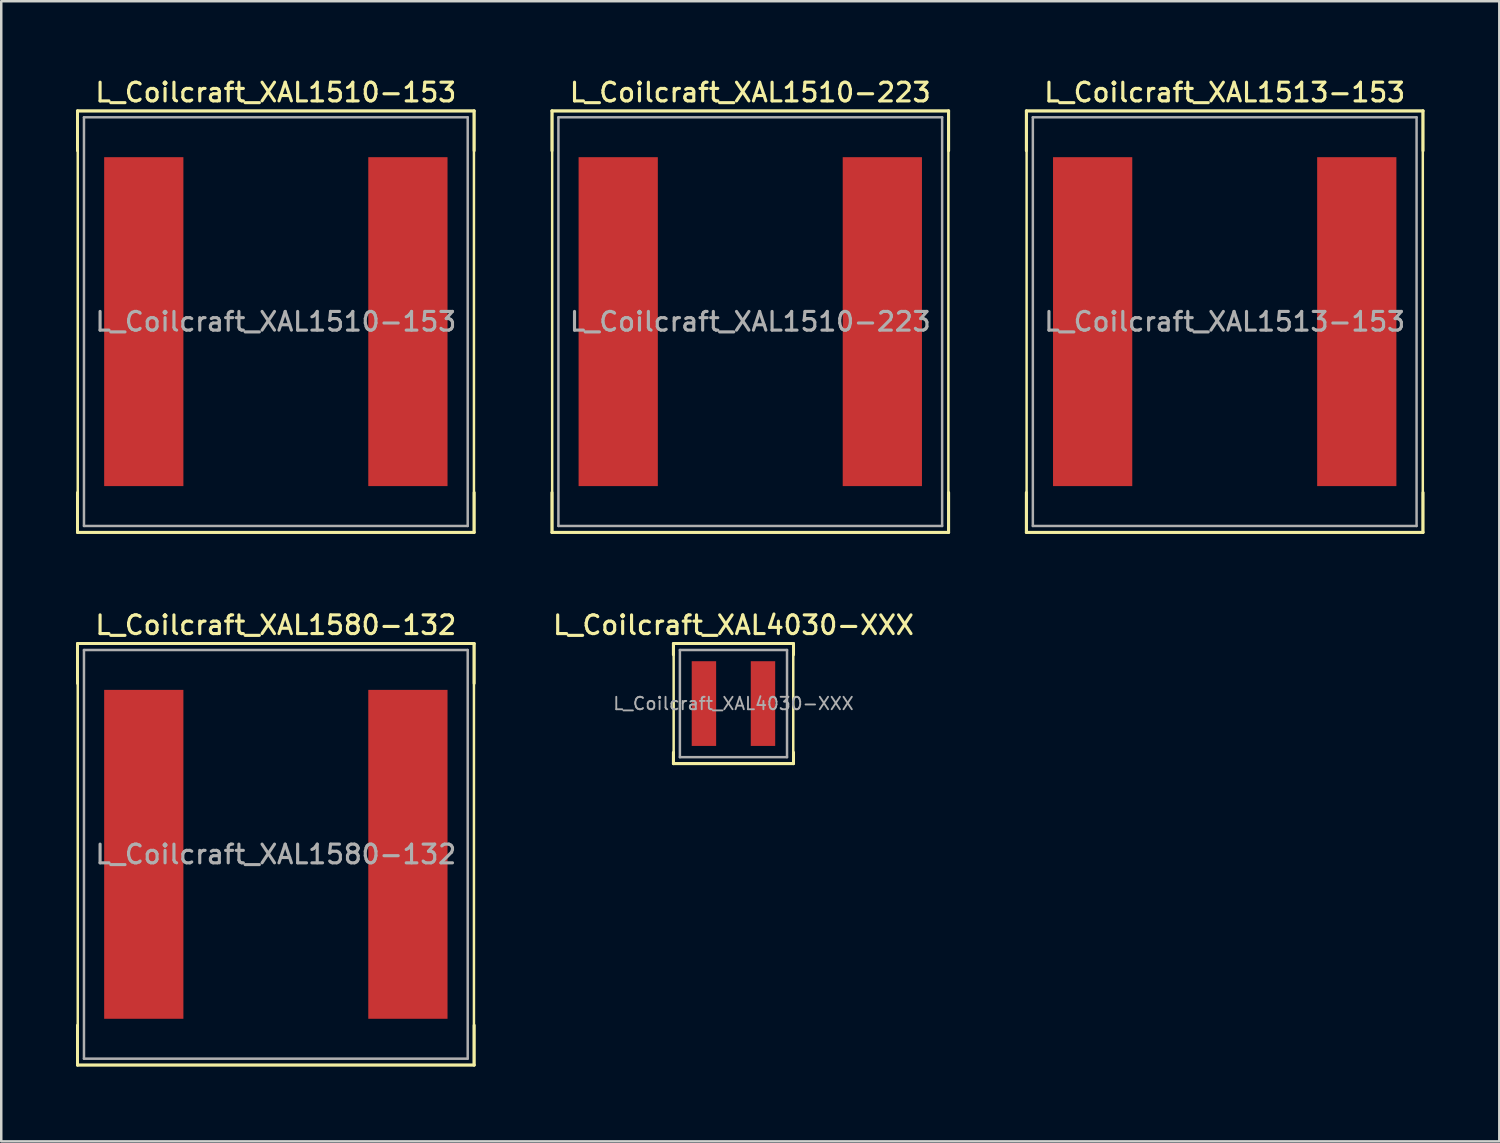
<source format=kicad_pcb>
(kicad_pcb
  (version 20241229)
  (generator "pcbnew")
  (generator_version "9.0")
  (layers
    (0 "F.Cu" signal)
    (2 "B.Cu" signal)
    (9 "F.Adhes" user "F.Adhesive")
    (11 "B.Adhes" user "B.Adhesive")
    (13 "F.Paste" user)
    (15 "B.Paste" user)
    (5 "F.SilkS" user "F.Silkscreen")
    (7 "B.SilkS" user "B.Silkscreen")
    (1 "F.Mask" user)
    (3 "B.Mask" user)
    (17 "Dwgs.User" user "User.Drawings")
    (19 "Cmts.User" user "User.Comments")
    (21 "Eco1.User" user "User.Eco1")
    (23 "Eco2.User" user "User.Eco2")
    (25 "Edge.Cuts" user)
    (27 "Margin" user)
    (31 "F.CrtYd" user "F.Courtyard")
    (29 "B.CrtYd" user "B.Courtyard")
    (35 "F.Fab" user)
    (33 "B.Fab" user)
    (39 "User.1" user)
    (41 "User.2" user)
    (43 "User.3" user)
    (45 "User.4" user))
  (footprint "L_Coilcraft_XAL1513-153"
    (layer "F.Cu")
    (at 46.1 9.858)
    (property "Reference" "L_Coilcraft_XAL1513-153" (at 0 -9.2 0) (layer "F.SilkS") (effects (font (size 0.75 0.75) (thickness 0.125))))
    (attr smd)
    (fp_line (start -7.96 -8.46) (end -7.96 -6.86) (stroke (width 0.12) (type solid)) (layer "F.SilkS"))
    (fp_line (start -7.96 -8.46) (end 7.96 -8.46) (stroke (width 0.12) (type solid)) (layer "F.SilkS"))
    (fp_line (start -7.96 8.46) (end -7.96 6.86) (stroke (width 0.12) (type solid)) (layer "F.SilkS"))
    (fp_line (start -7.96 8.46) (end 7.96 8.46) (stroke (width 0.12) (type solid)) (layer "F.SilkS"))
    (fp_line (start -7.95 -8.45) (end -7.95 8.45) (stroke (width 0.1) (type solid)) (layer "F.SilkS"))
    (fp_line (start -7.95 8.45) (end 7.95 8.45) (stroke (width 0.1) (type solid)) (layer "F.SilkS"))
    (fp_line (start 7.95 -8.45) (end -7.95 -8.45) (stroke (width 0.1) (type solid)) (layer "F.SilkS"))
    (fp_line (start 7.95 8.45) (end 7.95 -8.45) (stroke (width 0.1) (type solid)) (layer "F.SilkS"))
    (fp_line (start 7.96 -8.46) (end 7.96 -6.86) (stroke (width 0.12) (type solid)) (layer "F.SilkS"))
    (fp_line (start 7.96 8.46) (end 7.96 6.86) (stroke (width 0.12) (type solid)) (layer "F.SilkS"))
    (fp_line (start -7.7 -8.2) (end -7.7 8.2) (stroke (width 0.1) (type solid)) (layer "F.Fab"))
    (fp_line (start -7.7 8.2) (end 7.7 8.2) (stroke (width 0.1) (type solid)) (layer "F.Fab"))
    (fp_line (start 7.7 -8.2) (end -7.7 -8.2) (stroke (width 0.1) (type solid)) (layer "F.Fab"))
    (fp_line (start 7.7 8.2) (end 7.7 -8.2) (stroke (width 0.1) (type solid)) (layer "F.Fab"))
    (fp_text user "${REFERENCE}" (at 0 0 0) (layer "F.Fab") (effects (font (size 0.75 0.75) (thickness 0.125))))
    (pad "1" smd rect (at -5.3 0) (size 3.18 13.2) (layers "F.Cu" "F.Mask" "F.Paste"))
    (pad "2" smd rect (at 5.3 0) (size 3.18 13.2) (layers "F.Cu" "F.Mask" "F.Paste")))
  (footprint "L_Coilcraft_XAL1510-153"
    (layer "F.Cu")
    (at 8.02 9.858)
    (property "Reference" "L_Coilcraft_XAL1510-153" (at 0 -9.2 0) (layer "F.SilkS") (effects (font (size 0.75 0.75) (thickness 0.125))))
    (attr smd)
    (fp_line (start -7.96 -8.46) (end -7.96 -6.86) (stroke (width 0.12) (type solid)) (layer "F.SilkS"))
    (fp_line (start -7.96 -8.46) (end 7.96 -8.46) (stroke (width 0.12) (type solid)) (layer "F.SilkS"))
    (fp_line (start -7.96 8.46) (end -7.96 6.86) (stroke (width 0.12) (type solid)) (layer "F.SilkS"))
    (fp_line (start -7.96 8.46) (end 7.96 8.46) (stroke (width 0.12) (type solid)) (layer "F.SilkS"))
    (fp_line (start -7.95 -8.45) (end -7.95 8.45) (stroke (width 0.1) (type solid)) (layer "F.SilkS"))
    (fp_line (start -7.95 8.45) (end 7.95 8.45) (stroke (width 0.1) (type solid)) (layer "F.SilkS"))
    (fp_line (start 7.95 -8.45) (end -7.95 -8.45) (stroke (width 0.1) (type solid)) (layer "F.SilkS"))
    (fp_line (start 7.95 8.45) (end 7.95 -8.45) (stroke (width 0.1) (type solid)) (layer "F.SilkS"))
    (fp_line (start 7.96 -8.46) (end 7.96 -6.86) (stroke (width 0.12) (type solid)) (layer "F.SilkS"))
    (fp_line (start 7.96 8.46) (end 7.96 6.86) (stroke (width 0.12) (type solid)) (layer "F.SilkS"))
    (fp_line (start -7.7 -8.2) (end -7.7 8.2) (stroke (width 0.1) (type solid)) (layer "F.Fab"))
    (fp_line (start -7.7 8.2) (end 7.7 8.2) (stroke (width 0.1) (type solid)) (layer "F.Fab"))
    (fp_line (start 7.7 -8.2) (end -7.7 -8.2) (stroke (width 0.1) (type solid)) (layer "F.Fab"))
    (fp_line (start 7.7 8.2) (end 7.7 -8.2) (stroke (width 0.1) (type solid)) (layer "F.Fab"))
    (fp_text user "${REFERENCE}" (at 0 0 0) (layer "F.Fab") (effects (font (size 0.75 0.75) (thickness 0.125))))
    (pad "1" smd rect (at -5.3 0) (size 3.18 13.2) (layers "F.Cu" "F.Mask" "F.Paste"))
    (pad "2" smd rect (at 5.3 0) (size 3.18 13.2) (layers "F.Cu" "F.Mask" "F.Paste")))
  (footprint "L_Coilcraft_XAL1510-223"
    (layer "F.Cu")
    (at 27.06 9.858)
    (property "Reference" "L_Coilcraft_XAL1510-223" (at 0 -9.2 0) (layer "F.SilkS") (effects (font (size 0.75 0.75) (thickness 0.125))))
    (attr smd)
    (fp_line (start -7.96 -8.46) (end -7.96 -6.86) (stroke (width 0.12) (type solid)) (layer "F.SilkS"))
    (fp_line (start -7.96 -8.46) (end 7.96 -8.46) (stroke (width 0.12) (type solid)) (layer "F.SilkS"))
    (fp_line (start -7.96 8.46) (end -7.96 6.86) (stroke (width 0.12) (type solid)) (layer "F.SilkS"))
    (fp_line (start -7.96 8.46) (end 7.96 8.46) (stroke (width 0.12) (type solid)) (layer "F.SilkS"))
    (fp_line (start -7.95 -8.45) (end -7.95 8.45) (stroke (width 0.1) (type solid)) (layer "F.SilkS"))
    (fp_line (start -7.95 8.45) (end 7.95 8.45) (stroke (width 0.1) (type solid)) (layer "F.SilkS"))
    (fp_line (start 7.95 -8.45) (end -7.95 -8.45) (stroke (width 0.1) (type solid)) (layer "F.SilkS"))
    (fp_line (start 7.95 8.45) (end 7.95 -8.45) (stroke (width 0.1) (type solid)) (layer "F.SilkS"))
    (fp_line (start 7.96 -8.46) (end 7.96 -6.86) (stroke (width 0.12) (type solid)) (layer "F.SilkS"))
    (fp_line (start 7.96 8.46) (end 7.96 6.86) (stroke (width 0.12) (type solid)) (layer "F.SilkS"))
    (fp_line (start -7.7 -8.2) (end -7.7 8.2) (stroke (width 0.1) (type solid)) (layer "F.Fab"))
    (fp_line (start -7.7 8.2) (end 7.7 8.2) (stroke (width 0.1) (type solid)) (layer "F.Fab"))
    (fp_line (start 7.7 -8.2) (end -7.7 -8.2) (stroke (width 0.1) (type solid)) (layer "F.Fab"))
    (fp_line (start 7.7 8.2) (end 7.7 -8.2) (stroke (width 0.1) (type solid)) (layer "F.Fab"))
    (fp_text user "${REFERENCE}" (at 0 0 0) (layer "F.Fab") (effects (font (size 0.75 0.75) (thickness 0.125))))
    (pad "1" smd rect (at -5.3 0) (size 3.18 13.2) (layers "F.Cu" "F.Mask" "F.Paste"))
    (pad "2" smd rect (at 5.3 0) (size 3.18 13.2) (layers "F.Cu" "F.Mask" "F.Paste")))
  (footprint "L_Coilcraft_XAL1580-132"
    (layer "F.Cu")
    (at 8.02 31.236)
    (property "Reference" "L_Coilcraft_XAL1580-132" (at 0 -9.2 0) (layer "F.SilkS") (effects (font (size 0.75 0.75) (thickness 0.125))))
    (attr smd)
    (fp_line (start -7.96 -8.46) (end -7.96 -6.86) (stroke (width 0.12) (type solid)) (layer "F.SilkS"))
    (fp_line (start -7.96 -8.46) (end 7.96 -8.46) (stroke (width 0.12) (type solid)) (layer "F.SilkS"))
    (fp_line (start -7.96 8.46) (end -7.96 6.86) (stroke (width 0.12) (type solid)) (layer "F.SilkS"))
    (fp_line (start -7.96 8.46) (end 7.96 8.46) (stroke (width 0.12) (type solid)) (layer "F.SilkS"))
    (fp_line (start -7.95 -8.45) (end -7.95 8.45) (stroke (width 0.1) (type solid)) (layer "F.SilkS"))
    (fp_line (start -7.95 8.45) (end 7.95 8.45) (stroke (width 0.1) (type solid)) (layer "F.SilkS"))
    (fp_line (start 7.95 -8.45) (end -7.95 -8.45) (stroke (width 0.1) (type solid)) (layer "F.SilkS"))
    (fp_line (start 7.95 8.45) (end 7.95 -8.45) (stroke (width 0.1) (type solid)) (layer "F.SilkS"))
    (fp_line (start 7.96 -8.46) (end 7.96 -6.86) (stroke (width 0.12) (type solid)) (layer "F.SilkS"))
    (fp_line (start 7.96 8.46) (end 7.96 6.86) (stroke (width 0.12) (type solid)) (layer "F.SilkS"))
    (fp_line (start -7.7 -8.2) (end -7.7 8.2) (stroke (width 0.1) (type solid)) (layer "F.Fab"))
    (fp_line (start -7.7 8.2) (end 7.7 8.2) (stroke (width 0.1) (type solid)) (layer "F.Fab"))
    (fp_line (start 7.7 -8.2) (end -7.7 -8.2) (stroke (width 0.1) (type solid)) (layer "F.Fab"))
    (fp_line (start 7.7 8.2) (end 7.7 -8.2) (stroke (width 0.1) (type solid)) (layer "F.Fab"))
    (fp_text user "${REFERENCE}" (at 0 0 0) (layer "F.Fab") (effects (font (size 0.75 0.75) (thickness 0.125))))
    (pad "1" smd rect (at -5.3 0) (size 3.18 13.2) (layers "F.Cu" "F.Mask" "F.Paste"))
    (pad "2" smd rect (at 5.3 0) (size 3.18 13.2) (layers "F.Cu" "F.Mask" "F.Paste")))
  (footprint "L_Coilcraft_XAL4030-XXX"
    (layer "F.Cu")
    (at 26.385 25.186)
    (property "Reference" "L_Coilcraft_XAL4030-XXX" (at 0 -3.15 0) (layer "F.SilkS") (effects (font (size 0.75 0.75) (thickness 0.125))))
    (attr smd)
    (fp_line (start -2.41 -2.41) (end -2.41 -1.96) (stroke (width 0.12) (type solid)) (layer "F.SilkS"))
    (fp_line (start -2.41 -2.41) (end 2.41 -2.41) (stroke (width 0.12) (type solid)) (layer "F.SilkS"))
    (fp_line (start -2.41 2.41) (end -2.41 1.96) (stroke (width 0.12) (type solid)) (layer "F.SilkS"))
    (fp_line (start -2.41 2.41) (end 2.41 2.41) (stroke (width 0.12) (type solid)) (layer "F.SilkS"))
    (fp_line (start -2.4 -2.4) (end -2.4 2.4) (stroke (width 0.1) (type solid)) (layer "F.SilkS"))
    (fp_line (start -2.4 2.4) (end 2.4 2.4) (stroke (width 0.1) (type solid)) (layer "F.SilkS"))
    (fp_line (start 2.4 -2.4) (end -2.4 -2.4) (stroke (width 0.1) (type solid)) (layer "F.SilkS"))
    (fp_line (start 2.4 2.4) (end 2.4 -2.4) (stroke (width 0.1) (type solid)) (layer "F.SilkS"))
    (fp_line (start 2.41 -2.41) (end 2.41 -1.96) (stroke (width 0.12) (type solid)) (layer "F.SilkS"))
    (fp_line (start 2.41 2.41) (end 2.41 1.96) (stroke (width 0.12) (type solid)) (layer "F.SilkS"))
    (fp_line (start -2.15 -2.15) (end -2.15 2.15) (stroke (width 0.1) (type solid)) (layer "F.Fab"))
    (fp_line (start -2.15 2.15) (end 2.15 2.15) (stroke (width 0.1) (type solid)) (layer "F.Fab"))
    (fp_line (start 2.15 -2.15) (end -2.15 -2.15) (stroke (width 0.1) (type solid)) (layer "F.Fab"))
    (fp_line (start 2.15 2.15) (end 2.15 -2.15) (stroke (width 0.1) (type solid)) (layer "F.Fab"))
    (fp_text user "${REFERENCE}" (at 0 0 0) (layer "F.Fab") (effects (font (size 0.5 0.5) (thickness 0.075))))
    (pad "1" smd rect (at -1.185 0) (size 0.98 3.4) (layers "F.Cu" "F.Mask" "F.Paste"))
    (pad "2" smd rect (at 1.185 0) (size 0.98 3.4) (layers "F.Cu" "F.Mask" "F.Paste")))
  (gr_rect
    (start -3 -3)
    (end 57.12 42.756)
    (stroke (width 0.1) (type default))
    (fill no)
    (layer "Edge.Cuts")))
</source>
